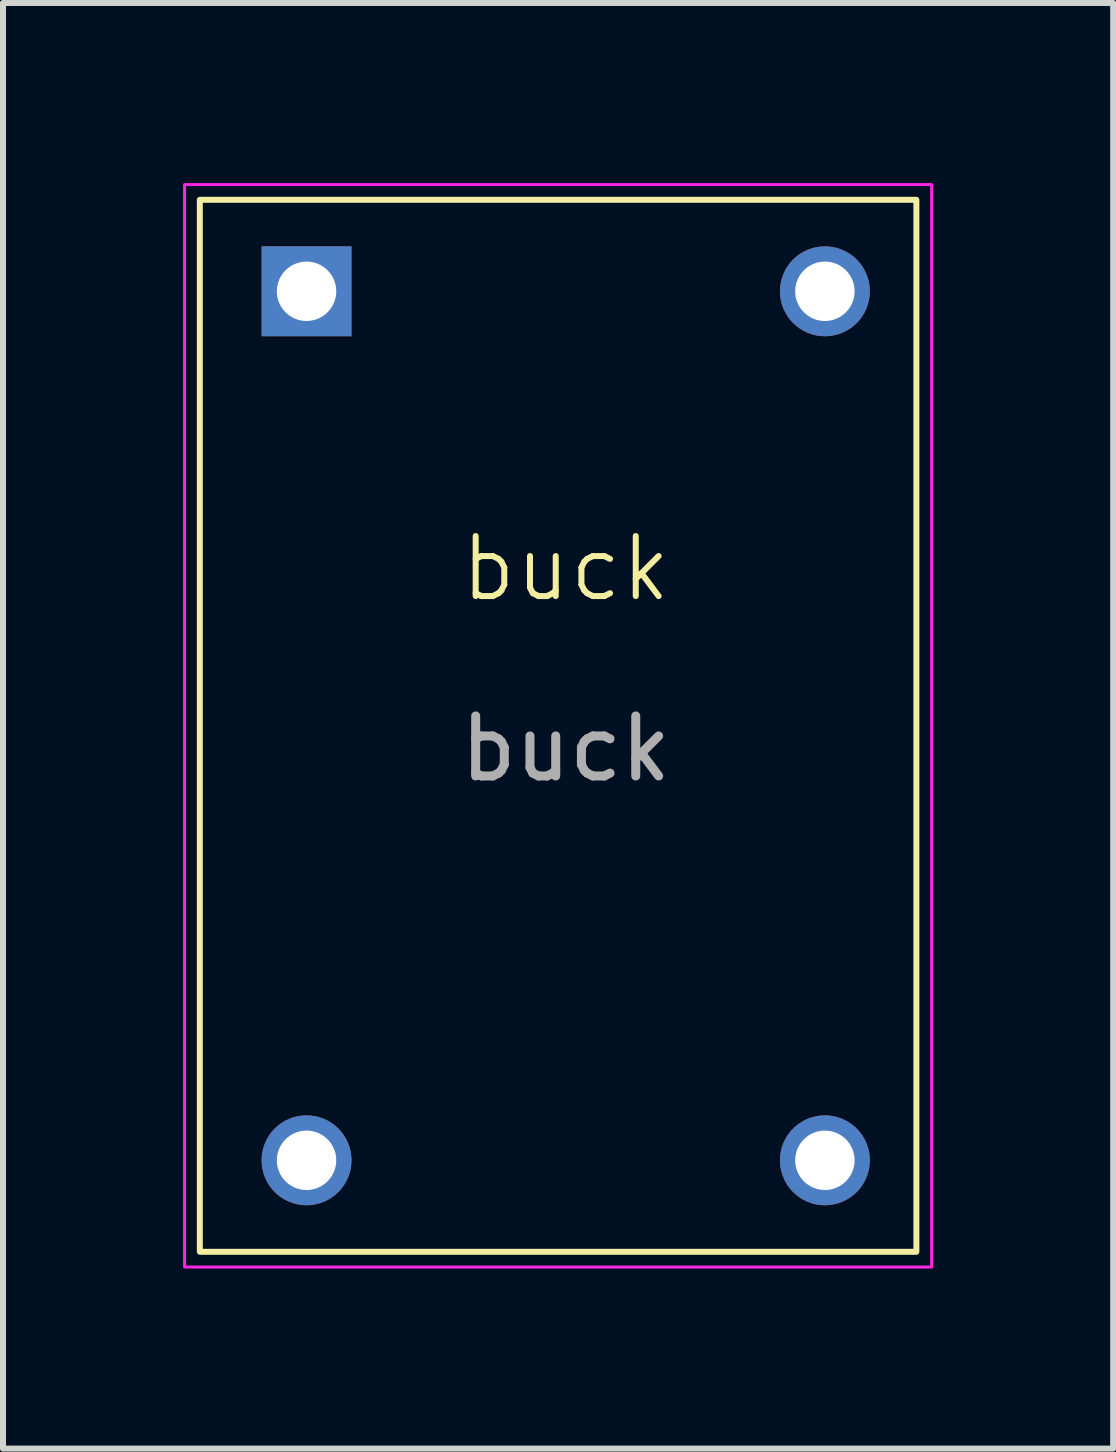
<source format=kicad_pcb>
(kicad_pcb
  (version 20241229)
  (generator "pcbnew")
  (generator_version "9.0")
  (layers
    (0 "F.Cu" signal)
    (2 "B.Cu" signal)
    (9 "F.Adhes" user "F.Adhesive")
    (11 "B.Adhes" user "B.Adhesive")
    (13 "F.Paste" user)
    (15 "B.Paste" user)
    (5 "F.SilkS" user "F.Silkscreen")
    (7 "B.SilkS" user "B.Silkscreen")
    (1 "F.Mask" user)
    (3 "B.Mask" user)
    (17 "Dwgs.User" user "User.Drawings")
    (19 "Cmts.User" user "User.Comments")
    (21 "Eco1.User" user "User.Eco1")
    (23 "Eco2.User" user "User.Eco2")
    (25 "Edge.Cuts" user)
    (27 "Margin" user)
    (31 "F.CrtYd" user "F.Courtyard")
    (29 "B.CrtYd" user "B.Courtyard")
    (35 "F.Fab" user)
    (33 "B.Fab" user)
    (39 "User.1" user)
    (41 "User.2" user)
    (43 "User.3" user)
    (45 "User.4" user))
  (footprint "buck"
    (layer "F.Cu")
    (at 7.645 6.121)
    (property "Reference" "buck" (at -1.27 0.302 0) (unlocked yes) (layer "F.SilkS") (effects (font (size 1 1) (thickness 0.1))))
    (attr through_hole)
    (fp_rect (start -7.366 -5.842) (end 4.572 11.684) (stroke (width 0.1) (type default)) (fill no) (layer "F.SilkS"))
    (fp_rect (start -7.62 -6.096) (end 4.826 11.938) (stroke (width 0.05) (type default)) (fill no) (layer "F.CrtYd"))
    (fp_text user "${REFERENCE}" (at -1.27 3.302 0) (unlocked yes) (layer "F.Fab") (effects (font (size 1 1) (thickness 0.15))))
    (pad "1" thru_hole rect (at -5.588 -4.318) (size 1.498 1.498) (drill 0.99) (layers "*.Cu" "*.Mask"))
    (pad "2" thru_hole circle (at -5.588 10.16) (size 1.498 1.498) (drill 0.99) (layers "*.Cu" "*.Mask"))
    (pad "3" thru_hole circle (at 3.048 -4.318) (size 1.498 1.498) (drill 0.99) (layers "*.Cu" "*.Mask"))
    (pad "4" thru_hole circle (at 3.048 10.16) (size 1.498 1.498) (drill 0.99) (layers "*.Cu" "*.Mask")))
  (gr_rect
    (start -3 -3)
    (end 15.496 21.084)
    (stroke (width 0.1) (type default))
    (fill no)
    (layer "Edge.Cuts")))
</source>
